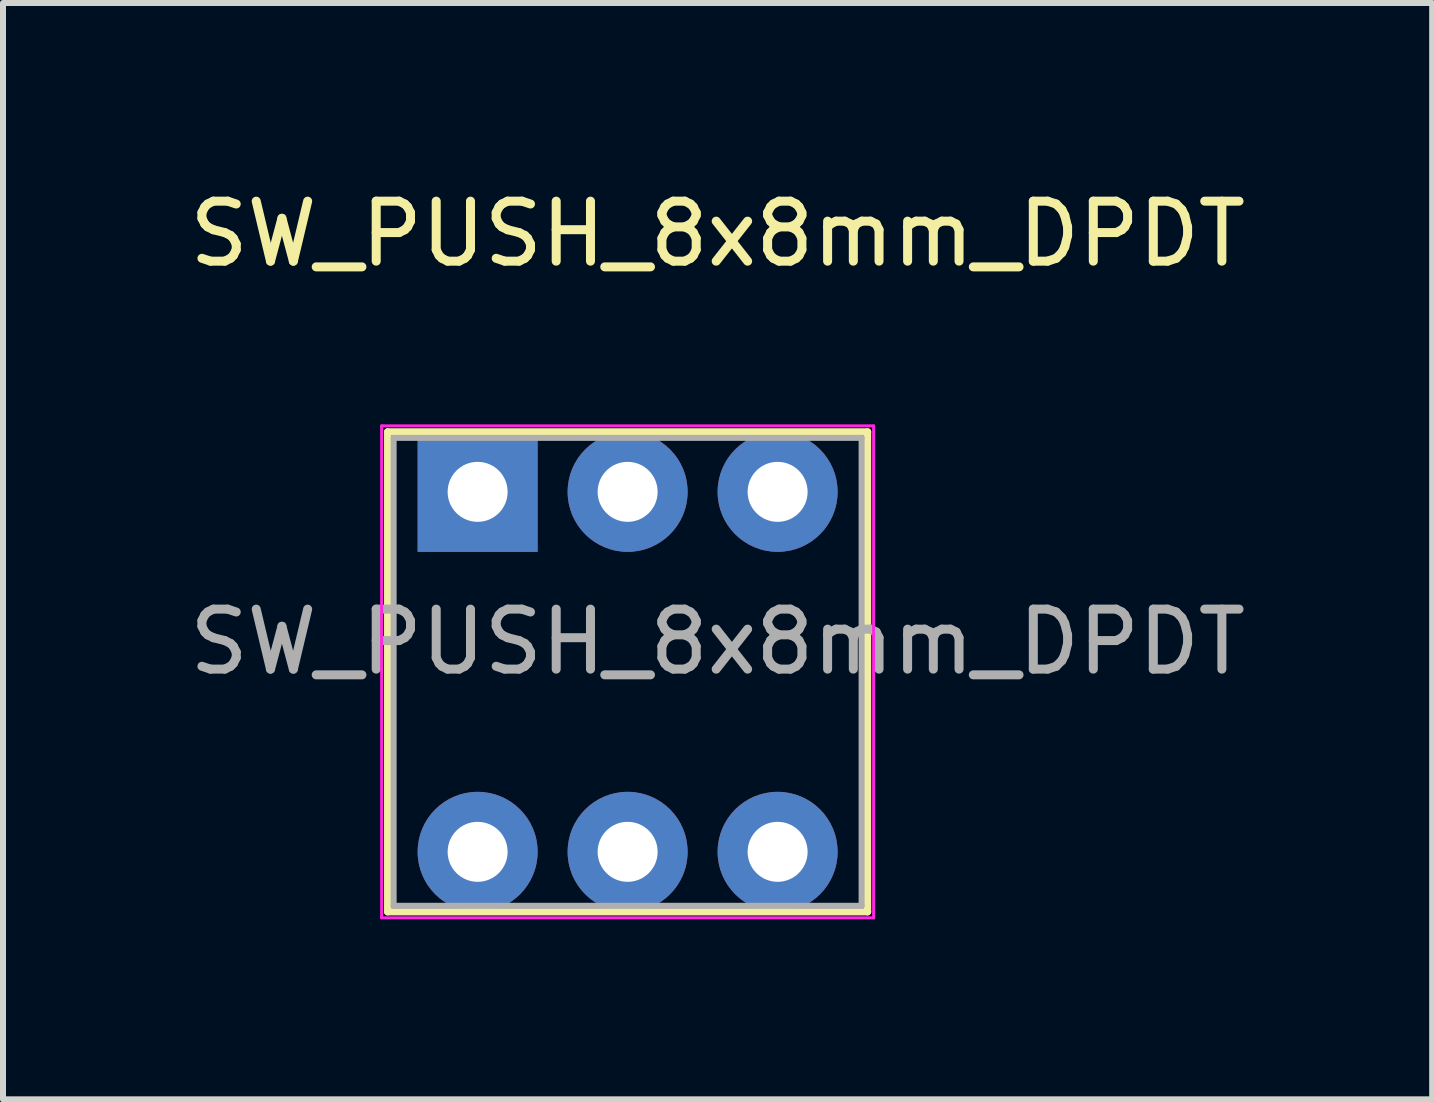
<source format=kicad_pcb>
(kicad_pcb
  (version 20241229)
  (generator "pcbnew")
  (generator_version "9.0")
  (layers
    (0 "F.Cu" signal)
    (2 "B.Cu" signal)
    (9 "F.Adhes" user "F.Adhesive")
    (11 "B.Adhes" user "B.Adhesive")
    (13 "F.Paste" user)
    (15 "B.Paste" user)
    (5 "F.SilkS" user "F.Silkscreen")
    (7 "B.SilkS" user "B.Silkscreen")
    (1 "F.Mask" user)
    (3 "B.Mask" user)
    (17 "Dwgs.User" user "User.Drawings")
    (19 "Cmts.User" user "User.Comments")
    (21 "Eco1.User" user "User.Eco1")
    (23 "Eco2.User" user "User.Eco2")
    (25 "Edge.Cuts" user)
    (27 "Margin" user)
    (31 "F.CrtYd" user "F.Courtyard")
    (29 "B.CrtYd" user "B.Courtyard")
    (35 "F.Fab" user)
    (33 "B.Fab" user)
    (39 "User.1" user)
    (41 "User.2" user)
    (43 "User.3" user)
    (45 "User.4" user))
  (footprint "SW_PUSH_8x8mm_DPDT"
    (layer "F.Cu")
    (at 4.911 5.148)
    (property "Reference" "SW_PUSH_8x8mm_DPDT" (at 4 -4.3 0) (layer "F.SilkS") (effects (font (size 1 1) (thickness 0.15))))
    (attr through_hole)
    (fp_line (start -1.5 -1) (end -1.5 7) (stroke (width 0.12) (type solid)) (layer "F.SilkS"))
    (fp_line (start -1.5 -1) (end 6.5 -1) (stroke (width 0.12) (type solid)) (layer "F.SilkS"))
    (fp_line (start 6.5 7) (end -1.5 7) (stroke (width 0.12) (type solid)) (layer "F.SilkS"))
    (fp_line (start 6.5 7) (end 6.5 -1) (stroke (width 0.12) (type solid)) (layer "F.SilkS"))
    (fp_line (start -1.6 -1.1) (end 6.6 -1.1) (stroke (width 0.05) (type solid)) (layer "F.CrtYd"))
    (fp_line (start -1.6 7.1) (end -1.6 -1.1) (stroke (width 0.05) (type solid)) (layer "F.CrtYd"))
    (fp_line (start 6.6 -1.1) (end 6.6 7.1) (stroke (width 0.05) (type solid)) (layer "F.CrtYd"))
    (fp_line (start 6.6 7.1) (end -1.6 7.1) (stroke (width 0.05) (type solid)) (layer "F.CrtYd"))
    (fp_line (start -1.4 -0.9) (end 6.4 -0.9) (stroke (width 0.1) (type solid)) (layer "F.Fab"))
    (fp_line (start -1.4 6.9) (end -1.4 -0.9) (stroke (width 0.1) (type solid)) (layer "F.Fab"))
    (fp_line (start 6.4 -0.9) (end 6.4 6.9) (stroke (width 0.1) (type solid)) (layer "F.Fab"))
    (fp_line (start 6.4 6.9) (end -1.4 6.9) (stroke (width 0.1) (type solid)) (layer "F.Fab"))
    (fp_text user "${REFERENCE}" (at 4 2.5 0) (layer "F.Fab") (effects (font (size 1 1) (thickness 0.15))))
    (pad "1" thru_hole circle (at 5 0) (size 2 2) (drill 1) (layers "*.Cu" "*.Mask"))
    (pad "2" thru_hole rect (at 0 0) (size 2 2) (drill 1) (layers "*.Cu" "*.Mask"))
    (pad "3" thru_hole circle (at 2.5 0) (size 2 2) (drill 1) (layers "*.Cu" "*.Mask"))
    (pad "4" thru_hole circle (at 0 6) (size 2 2) (drill 1) (layers "*.Cu" "*.Mask"))
    (pad "5" thru_hole circle (at 5 6) (size 2 2) (drill 1) (layers "*.Cu" "*.Mask"))
    (pad "6" thru_hole circle (at 2.5 6) (size 2 2) (drill 1) (layers "*.Cu" "*.Mask")))
  (gr_rect
    (start -3 -3)
    (end 20.821 15.273)
    (stroke (width 0.1) (type default))
    (fill no)
    (layer "Edge.Cuts")))
</source>
